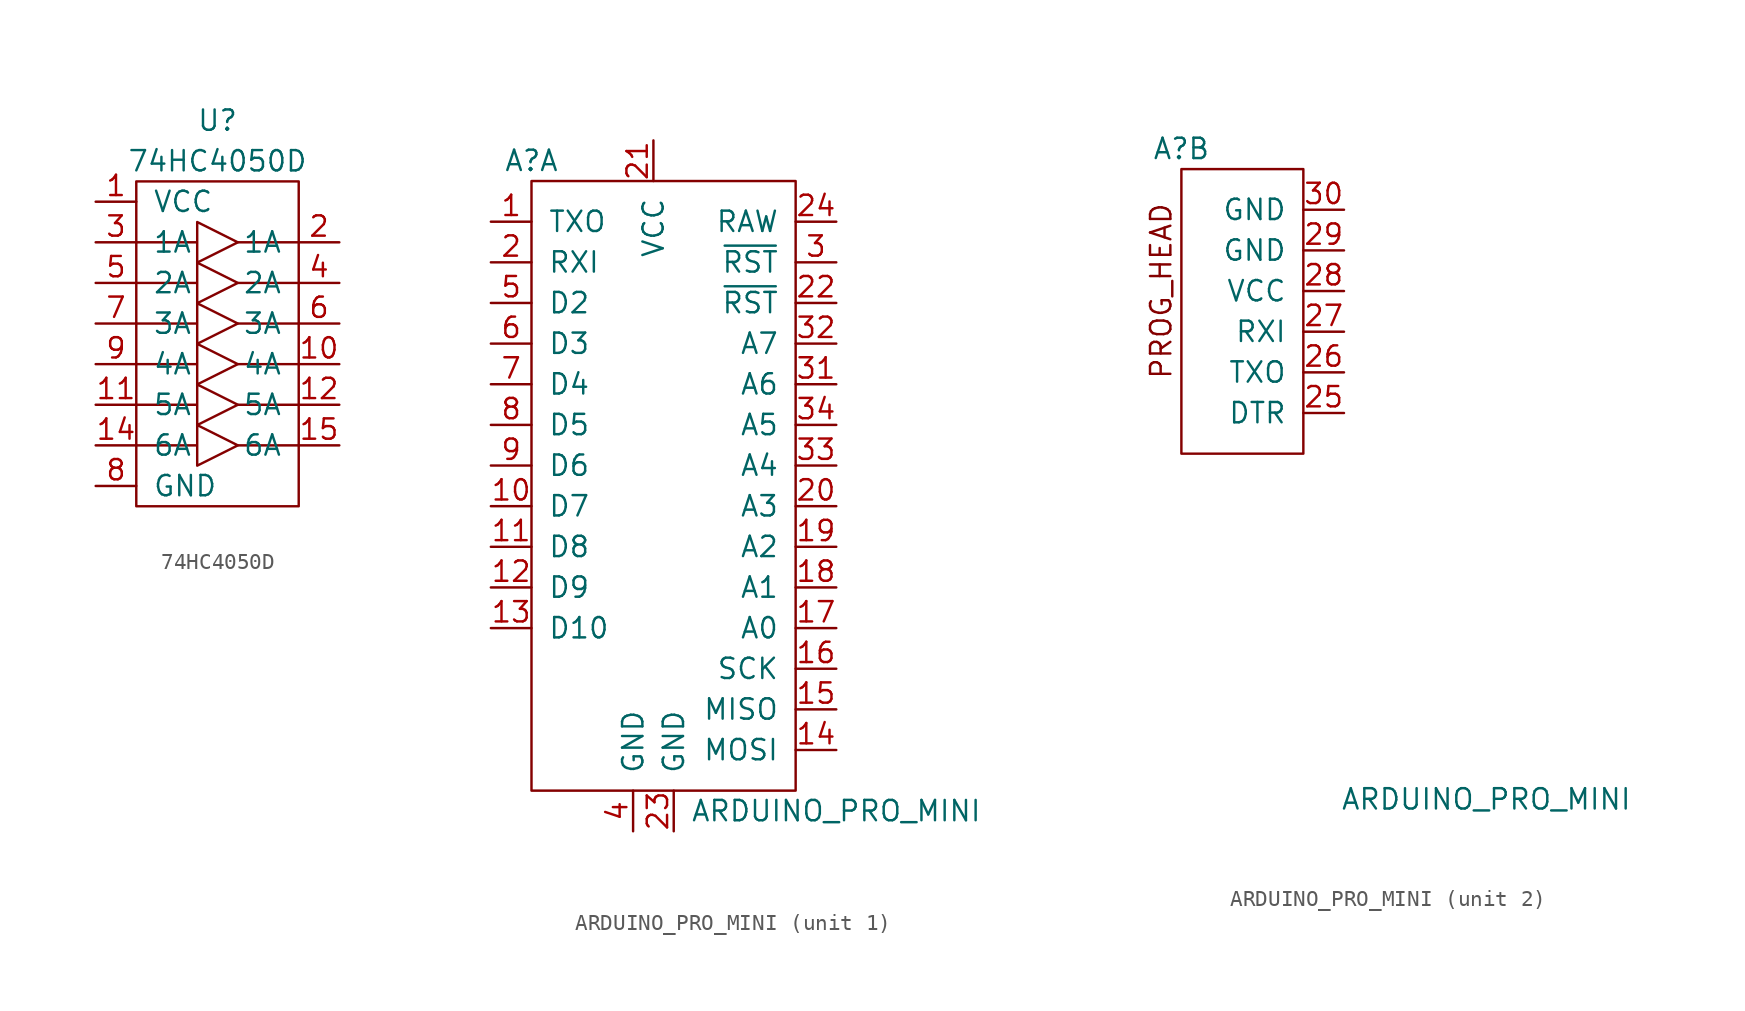
<source format=kicad_sym>
(kicad_symbol_lib
  (version 20211014)
  (generator kicad_symbol_editor)
  (symbol "74HC4050D"
    (pin_names
      (offset 1.016))
    (property "Reference" "U"
      (at 0 3.81 0)
      (effects (font (size 1.27 1.27))))
    (property "Value" "74HC4050D"
      (at 0 1.27 0)
      (effects (font (size 1.27 1.27))))
    (symbol "74HC4050D_0_1"
      (rectangle (start -5.08 0) (end 5.08 -20.32) (stroke (width 0) (type default) (color 0 0 0 0)) (fill (type none)))
      (polyline (pts (xy 1.27 -16.51) (xy 5.08 -16.51)) (stroke (width 0) (type default) (color 0 0 0 0)) (fill (type none)))
      (polyline (pts (xy 1.27 -13.97) (xy 5.08 -13.97)) (stroke (width 0) (type default) (color 0 0 0 0)) (fill (type none)))
      (polyline (pts (xy 1.27 -11.43) (xy 5.08 -11.43)) (stroke (width 0) (type default) (color 0 0 0 0)) (fill (type none)))
      (polyline (pts (xy 1.27 -8.89) (xy 5.08 -8.89)) (stroke (width 0) (type default) (color 0 0 0 0)) (fill (type none)))
      (polyline (pts (xy 1.27 -6.35) (xy 5.08 -6.35)) (stroke (width 0) (type default) (color 0 0 0 0)) (fill (type none)))
      (polyline (pts (xy 5.08 -3.81) (xy 1.27 -3.81)) (stroke (width 0) (type default) (color 0 0 0 0)) (fill (type none)))
      (polyline (pts (xy -5.08 -16.51) (xy -1.27 -16.51) (xy -1.27 -15.24) (xy 1.27 -16.51) (xy -1.27 -17.78) (xy -1.27 -16.51)) (stroke (width 0) (type default) (color 0 0 0 0)) (fill (type none)))
      (polyline (pts (xy -5.08 -13.97) (xy -1.27 -13.97) (xy -1.27 -12.7) (xy 1.27 -13.97) (xy -1.27 -15.24) (xy -1.27 -13.97)) (stroke (width 0) (type default) (color 0 0 0 0)) (fill (type none)))
      (polyline (pts (xy -5.08 -11.43) (xy -1.27 -11.43) (xy -1.27 -10.16) (xy 1.27 -11.43) (xy -1.27 -12.7) (xy -1.27 -11.43)) (stroke (width 0) (type default) (color 0 0 0 0)) (fill (type none)))
      (polyline (pts (xy -5.08 -8.89) (xy -1.27 -8.89) (xy -1.27 -7.62) (xy 1.27 -8.89) (xy -1.27 -10.16) (xy -1.27 -8.89)) (stroke (width 0) (type default) (color 0 0 0 0)) (fill (type none)))
      (polyline (pts (xy -5.08 -6.35) (xy -1.27 -6.35) (xy -1.27 -5.08) (xy 1.27 -6.35) (xy -1.27 -7.62) (xy -1.27 -6.35)) (stroke (width 0) (type default) (color 0 0 0 0)) (fill (type none)))
      (polyline (pts (xy -5.08 -3.81) (xy -1.27 -3.81) (xy -1.27 -2.54) (xy 1.27 -3.81) (xy -1.27 -5.08) (xy -1.27 -3.81)) (stroke (width 0) (type default) (color 0 0 0 0)) (fill (type none))))
    (symbol "74HC4050D_1_1"
      (pin input line (at -7.62 -1.27 0) (length 2.54) (name "VCC" (effects (font (size 1.27 1.27)))) (number "1" (effects (font (size 1.27 1.27)))))
      (pin input line (at 7.62 -11.43 180) (length 2.54) (name "4A" (effects (font (size 1.27 1.27)))) (number "10" (effects (font (size 1.27 1.27)))))
      (pin input line (at -7.62 -13.97 0) (length 2.54) (name "5A" (effects (font (size 1.27 1.27)))) (number "11" (effects (font (size 1.27 1.27)))))
      (pin input line (at 7.62 -13.97 180) (length 2.54) (name "5A" (effects (font (size 1.27 1.27)))) (number "12" (effects (font (size 1.27 1.27)))))
      (pin input line (at -7.62 -16.51 0) (length 2.54) (name "6A" (effects (font (size 1.27 1.27)))) (number "14" (effects (font (size 1.27 1.27)))))
      (pin input line (at 7.62 -16.51 180) (length 2.54) (name "6A" (effects (font (size 1.27 1.27)))) (number "15" (effects (font (size 1.27 1.27)))))
      (pin input line (at 7.62 -3.81 180) (length 2.54) (name "1A" (effects (font (size 1.27 1.27)))) (number "2" (effects (font (size 1.27 1.27)))))
      (pin input line (at -7.62 -3.81 0) (length 2.54) (name "1A" (effects (font (size 1.27 1.27)))) (number "3" (effects (font (size 1.27 1.27)))))
      (pin input line (at 7.62 -6.35 180) (length 2.54) (name "2A" (effects (font (size 1.27 1.27)))) (number "4" (effects (font (size 1.27 1.27)))))
      (pin input line (at -7.62 -6.35 0) (length 2.54) (name "2A" (effects (font (size 1.27 1.27)))) (number "5" (effects (font (size 1.27 1.27)))))
      (pin input line (at 7.62 -8.89 180) (length 2.54) (name "3A" (effects (font (size 1.27 1.27)))) (number "6" (effects (font (size 1.27 1.27)))))
      (pin input line (at -7.62 -8.89 0) (length 2.54) (name "3A" (effects (font (size 1.27 1.27)))) (number "7" (effects (font (size 1.27 1.27)))))
      (pin input line (at -7.62 -19.05 0) (length 2.54) (name "GND" (effects (font (size 1.27 1.27)))) (number "8" (effects (font (size 1.27 1.27)))))
      (pin input line (at -7.62 -11.43 0) (length 2.54) (name "4A" (effects (font (size 1.27 1.27)))) (number "9" (effects (font (size 1.27 1.27)))))))
  (symbol "ARDUINO_PRO_MINI"
    (pin_names
      (offset 1.016))
    (property "Reference" "A"
      (at -7.62 1.27 0)
      (effects (font (size 1.27 1.27))))
    (property "Value" "ARDUINO_PRO_MINI"
      (at 11.43 -39.37 0)
      (effects (font (size 1.27 1.27))))
    (property "ki_locked" ""
      (at 0 0 0)
      (effects (font (size 1.27 1.27))))
    (symbol "ARDUINO_PRO_MINI_1_1"
      (rectangle (start -7.62 0) (end 8.89 -38.1) (stroke (width 0) (type default) (color 0 0 0 0)) (fill (type none)))
      (pin input line (at -10.16 -2.54 0) (length 2.54) (name "TXO" (effects (font (size 1.27 1.27)))) (number "1" (effects (font (size 1.27 1.27)))))
      (pin input line (at -10.16 -20.32 0) (length 2.54) (name "D7" (effects (font (size 1.27 1.27)))) (number "10" (effects (font (size 1.27 1.27)))))
      (pin input line (at -10.16 -22.86 0) (length 2.54) (name "D8" (effects (font (size 1.27 1.27)))) (number "11" (effects (font (size 1.27 1.27)))))
      (pin input line (at -10.16 -25.4 0) (length 2.54) (name "D9" (effects (font (size 1.27 1.27)))) (number "12" (effects (font (size 1.27 1.27)))))
      (pin input line (at -10.16 -27.94 0) (length 2.54) (name "D10" (effects (font (size 1.27 1.27)))) (number "13" (effects (font (size 1.27 1.27)))))
      (pin input line (at 11.43 -35.56 180) (length 2.54) (name "MOSI" (effects (font (size 1.27 1.27)))) (number "14" (effects (font (size 1.27 1.27)))))
      (pin input line (at 11.43 -33.02 180) (length 2.54) (name "MISO" (effects (font (size 1.27 1.27)))) (number "15" (effects (font (size 1.27 1.27)))))
      (pin input line (at 11.43 -30.48 180) (length 2.54) (name "SCK" (effects (font (size 1.27 1.27)))) (number "16" (effects (font (size 1.27 1.27)))))
      (pin input line (at 11.43 -27.94 180) (length 2.54) (name "A0" (effects (font (size 1.27 1.27)))) (number "17" (effects (font (size 1.27 1.27)))))
      (pin input line (at 11.43 -25.4 180) (length 2.54) (name "A1" (effects (font (size 1.27 1.27)))) (number "18" (effects (font (size 1.27 1.27)))))
      (pin input line (at 11.43 -22.86 180) (length 2.54) (name "A2" (effects (font (size 1.27 1.27)))) (number "19" (effects (font (size 1.27 1.27)))))
      (pin input line (at -10.16 -5.08 0) (length 2.54) (name "RXI" (effects (font (size 1.27 1.27)))) (number "2" (effects (font (size 1.27 1.27)))))
      (pin input line (at 11.43 -20.32 180) (length 2.54) (name "A3" (effects (font (size 1.27 1.27)))) (number "20" (effects (font (size 1.27 1.27)))))
      (pin input line (at 0 2.54 270) (length 2.54) (name "VCC" (effects (font (size 1.27 1.27)))) (number "21" (effects (font (size 1.27 1.27)))))
      (pin input line (at 11.43 -7.62 180) (length 2.54) (name "~{RST}" (effects (font (size 1.27 1.27)))) (number "22" (effects (font (size 1.27 1.27)))))
      (pin input line (at 1.27 -40.64 90) (length 2.54) (name "GND" (effects (font (size 1.27 1.27)))) (number "23" (effects (font (size 1.27 1.27)))))
      (pin input line (at 11.43 -2.54 180) (length 2.54) (name "RAW" (effects (font (size 1.27 1.27)))) (number "24" (effects (font (size 1.27 1.27)))))
      (pin input line (at 11.43 -5.08 180) (length 2.54) (name "~{RST}" (effects (font (size 1.27 1.27)))) (number "3" (effects (font (size 1.27 1.27)))))
      (pin input line (at 11.43 -12.7 180) (length 2.54) (name "A6" (effects (font (size 1.27 1.27)))) (number "31" (effects (font (size 1.27 1.27)))))
      (pin input line (at 11.43 -10.16 180) (length 2.54) (name "A7" (effects (font (size 1.27 1.27)))) (number "32" (effects (font (size 1.27 1.27)))))
      (pin input line (at 11.43 -17.78 180) (length 2.54) (name "A4" (effects (font (size 1.27 1.27)))) (number "33" (effects (font (size 1.27 1.27)))))
      (pin input line (at 11.43 -15.24 180) (length 2.54) (name "A5" (effects (font (size 1.27 1.27)))) (number "34" (effects (font (size 1.27 1.27)))))
      (pin input line (at -1.27 -40.64 90) (length 2.54) (name "GND" (effects (font (size 1.27 1.27)))) (number "4" (effects (font (size 1.27 1.27)))))
      (pin input line (at -10.16 -7.62 0) (length 2.54) (name "D2" (effects (font (size 1.27 1.27)))) (number "5" (effects (font (size 1.27 1.27)))))
      (pin input line (at -10.16 -10.16 0) (length 2.54) (name "D3" (effects (font (size 1.27 1.27)))) (number "6" (effects (font (size 1.27 1.27)))))
      (pin input line (at -10.16 -12.7 0) (length 2.54) (name "D4" (effects (font (size 1.27 1.27)))) (number "7" (effects (font (size 1.27 1.27)))))
      (pin input line (at -10.16 -15.24 0) (length 2.54) (name "D5" (effects (font (size 1.27 1.27)))) (number "8" (effects (font (size 1.27 1.27)))))
      (pin input line (at -10.16 -17.78 0) (length 2.54) (name "D6" (effects (font (size 1.27 1.27)))) (number "9" (effects (font (size 1.27 1.27))))))
    (symbol "ARDUINO_PRO_MINI_2_1"
      (rectangle (start 0 0) (end -7.62 -17.78) (stroke (width 0) (type default) (color 0 0 0 0)) (fill (type none)))
      (text "PROG_HEAD" (at -8.89 -7.62 900) (effects (font (size 1.27 1.27))))
      (pin input line (at 2.54 -15.24 180) (length 2.54) (name "DTR" (effects (font (size 1.27 1.27)))) (number "25" (effects (font (size 1.27 1.27)))))
      (pin input line (at 2.54 -12.7 180) (length 2.54) (name "TXO" (effects (font (size 1.27 1.27)))) (number "26" (effects (font (size 1.27 1.27)))))
      (pin input line (at 2.54 -10.16 180) (length 2.54) (name "RXI" (effects (font (size 1.27 1.27)))) (number "27" (effects (font (size 1.27 1.27)))))
      (pin input line (at 2.54 -7.62 180) (length 2.54) (name "VCC" (effects (font (size 1.27 1.27)))) (number "28" (effects (font (size 1.27 1.27)))))
      (pin input line (at 2.54 -5.08 180) (length 2.54) (name "GND" (effects (font (size 1.27 1.27)))) (number "29" (effects (font (size 1.27 1.27)))))
      (pin input line (at 2.54 -2.54 180) (length 2.54) (name "GND" (effects (font (size 1.27 1.27)))) (number "30" (effects (font (size 1.27 1.27))))))))
</source>
